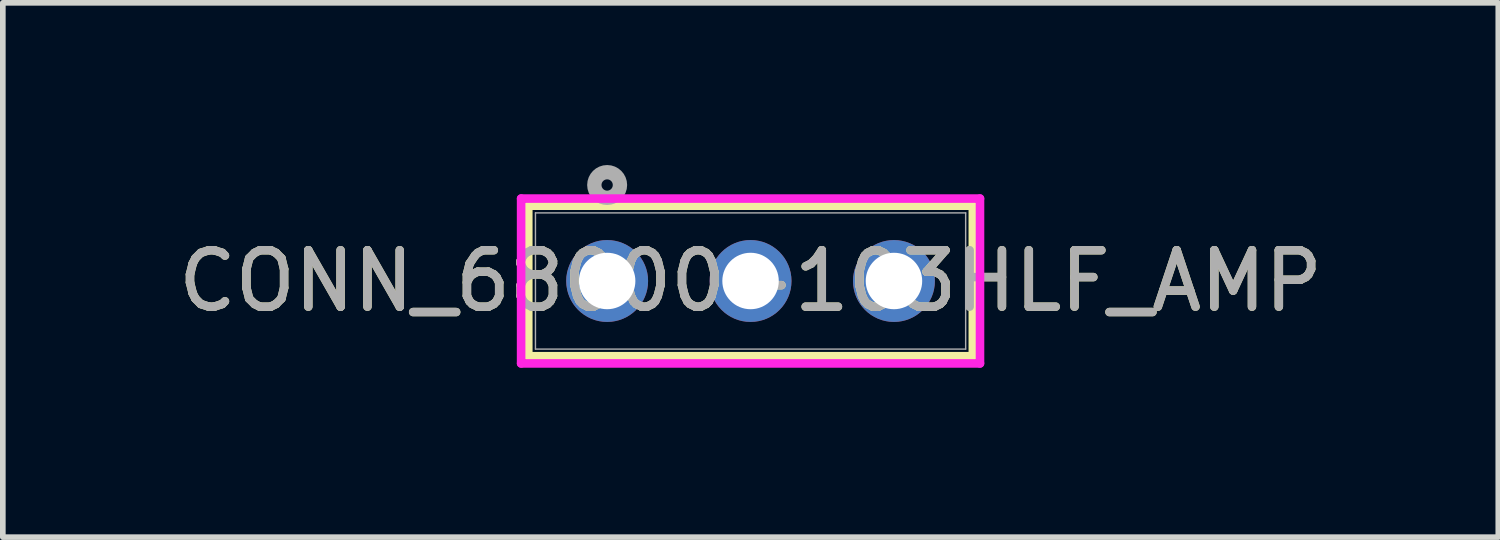
<source format=kicad_pcb>
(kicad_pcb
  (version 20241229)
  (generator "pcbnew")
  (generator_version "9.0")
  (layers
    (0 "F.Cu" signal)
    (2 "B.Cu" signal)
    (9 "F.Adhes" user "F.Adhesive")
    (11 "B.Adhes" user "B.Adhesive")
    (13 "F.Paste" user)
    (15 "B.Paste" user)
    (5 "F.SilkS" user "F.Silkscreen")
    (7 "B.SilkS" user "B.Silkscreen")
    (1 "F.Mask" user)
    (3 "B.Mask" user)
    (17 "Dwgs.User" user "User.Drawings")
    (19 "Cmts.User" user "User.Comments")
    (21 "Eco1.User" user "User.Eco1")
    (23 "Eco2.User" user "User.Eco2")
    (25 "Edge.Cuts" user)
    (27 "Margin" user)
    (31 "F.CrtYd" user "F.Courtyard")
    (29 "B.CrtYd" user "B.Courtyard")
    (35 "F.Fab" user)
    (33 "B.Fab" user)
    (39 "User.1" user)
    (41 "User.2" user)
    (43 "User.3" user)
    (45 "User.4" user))
  (footprint "CONN_68000-103HLF_AMP"
    (layer "F.Cu")
    (at 7.704 1.927)
    (property "Reference" "CONN_68000-103HLF_AMP" (at 2.54 0 0) (unlocked yes) (layer "F.SilkS") (effects (font (size 1 1) (thickness 0.15))))
    (attr through_hole)
    (fp_line (start -1.397 -1.333) (end -1.397 1.333) (stroke (width 0.152) (type solid)) (layer "F.SilkS"))
    (fp_line (start -1.397 1.333) (end 6.477 1.333) (stroke (width 0.152) (type solid)) (layer "F.SilkS"))
    (fp_line (start 6.477 -1.333) (end -1.397 -1.333) (stroke (width 0.152) (type solid)) (layer "F.SilkS"))
    (fp_line (start 6.477 1.333) (end 6.477 -1.333) (stroke (width 0.152) (type solid)) (layer "F.SilkS"))
    (fp_line (start -1.524 -1.46) (end -1.524 1.46) (stroke (width 0.152) (type solid)) (layer "F.CrtYd"))
    (fp_line (start -1.524 1.46) (end 6.604 1.46) (stroke (width 0.152) (type solid)) (layer "F.CrtYd"))
    (fp_line (start 6.604 -1.46) (end -1.524 -1.46) (stroke (width 0.152) (type solid)) (layer "F.CrtYd"))
    (fp_line (start 6.604 1.46) (end 6.604 -1.46) (stroke (width 0.152) (type solid)) (layer "F.CrtYd"))
    (fp_line (start -1.27 -1.206) (end -1.27 1.206) (stroke (width 0.025) (type solid)) (layer "F.Fab"))
    (fp_line (start -1.27 1.206) (end 6.35 1.206) (stroke (width 0.025) (type solid)) (layer "F.Fab"))
    (fp_line (start 6.35 -1.206) (end -1.27 -1.206) (stroke (width 0.025) (type solid)) (layer "F.Fab"))
    (fp_line (start 6.35 1.206) (end 6.35 -1.206) (stroke (width 0.025) (type solid)) (layer "F.Fab"))
    (fp_circle (center 0 -1.7) (end 0.1 -1.7) (stroke (width 0.254) (type solid)) (fill no) (layer "F.Fab"))
    (fp_text user "${REFERENCE}" (at 2.54 0 0) (unlocked yes) (layer "F.Fab") (effects (font (size 1 1) (thickness 0.15))))
    (pad "1" thru_hole circle (at 0 0) (size 1.45 1.45) (drill 1) (layers "*.Cu" "*.Mask"))
    (pad "2" thru_hole circle (at 2.54 0) (size 1.45 1.45) (drill 1) (layers "*.Cu" "*.Mask"))
    (pad "3" thru_hole circle (at 5.08 0) (size 1.45 1.45) (drill 1) (layers "*.Cu" "*.Mask")))
  (gr_rect
    (start -3 -3)
    (end 23.488 6.464)
    (stroke (width 0.1) (type default))
    (fill no)
    (layer "Edge.Cuts")))
</source>
